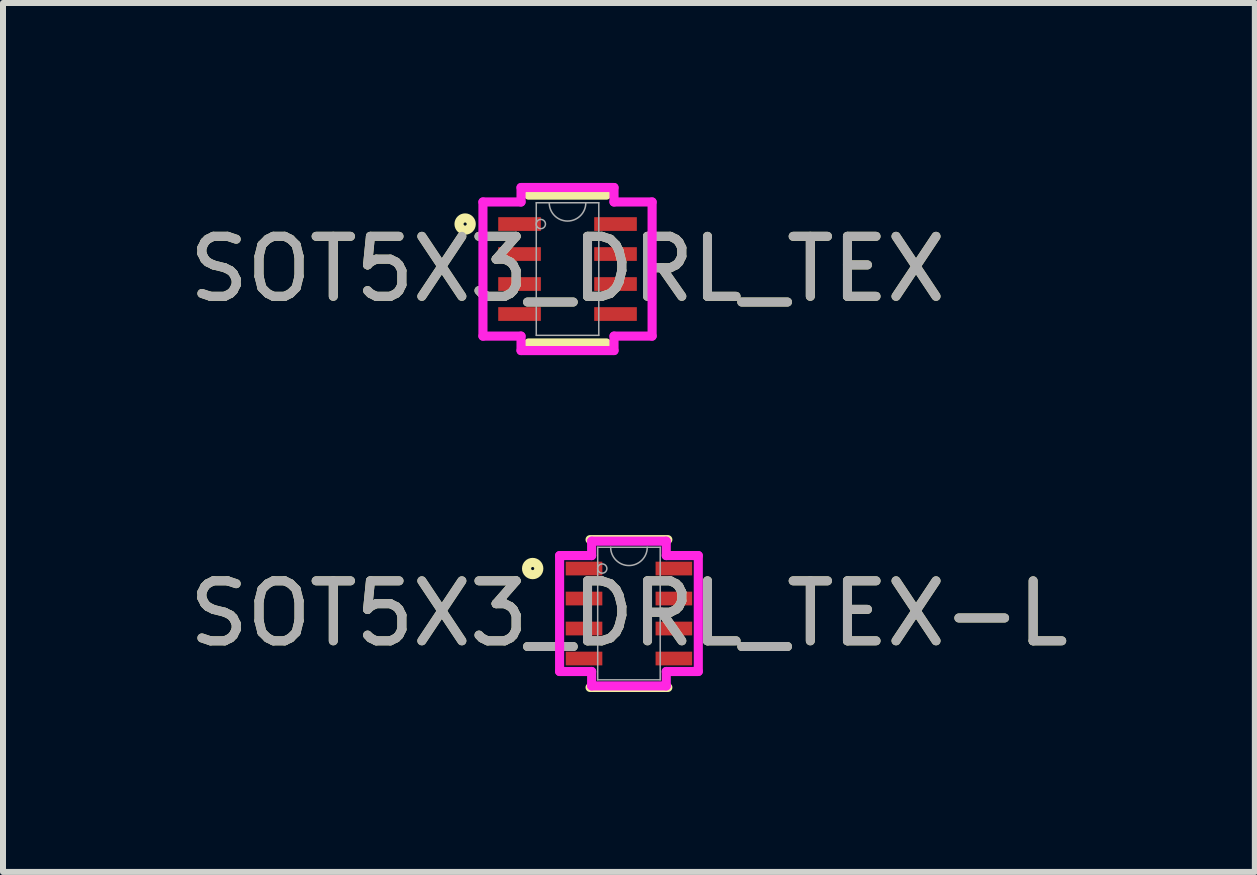
<source format=kicad_pcb>
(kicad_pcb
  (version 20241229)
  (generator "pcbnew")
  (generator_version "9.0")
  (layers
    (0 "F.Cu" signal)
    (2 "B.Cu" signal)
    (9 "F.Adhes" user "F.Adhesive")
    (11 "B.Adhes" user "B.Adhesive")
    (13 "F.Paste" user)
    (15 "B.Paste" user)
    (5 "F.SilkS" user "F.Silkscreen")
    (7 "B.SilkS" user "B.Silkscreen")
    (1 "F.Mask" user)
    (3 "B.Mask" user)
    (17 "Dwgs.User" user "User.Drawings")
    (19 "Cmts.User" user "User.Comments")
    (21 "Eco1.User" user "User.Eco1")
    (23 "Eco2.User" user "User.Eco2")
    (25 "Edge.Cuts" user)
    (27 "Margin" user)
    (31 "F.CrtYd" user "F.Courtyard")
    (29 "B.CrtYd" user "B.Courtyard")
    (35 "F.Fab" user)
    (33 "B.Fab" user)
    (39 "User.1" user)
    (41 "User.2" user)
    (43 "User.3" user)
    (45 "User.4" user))
  (footprint "SOT5X3_DRL_TEX-L"
    (layer "F.Cu")
    (at 7.435 7.178)
    (property "Reference" "SOT5X3_DRL_TEX-L" (at 0 0 0) (unlocked yes) (layer "F.SilkS") (effects (font (size 1 1) (thickness 0.15))))
    (attr smd)
    (fp_line (start -0.648 1.232) (end 0.648 1.232) (stroke (width 0.152) (type solid)) (layer "F.SilkS"))
    (fp_line (start 0.648 -1.232) (end -0.648 -1.232) (stroke (width 0.152) (type solid)) (layer "F.SilkS"))
    (fp_circle (center -1.605 -0.75) (end -1.503 -0.75) (stroke (width 0.152) (type solid)) (fill no) (layer "F.SilkS"))
    (fp_line (start -1.156 -0.966) (end -0.622 -0.966) (stroke (width 0.152) (type solid)) (layer "F.CrtYd"))
    (fp_line (start -1.156 0.966) (end -1.156 -0.966) (stroke (width 0.152) (type solid)) (layer "F.CrtYd"))
    (fp_line (start -1.156 0.966) (end -0.622 0.966) (stroke (width 0.152) (type solid)) (layer "F.CrtYd"))
    (fp_line (start -0.622 -1.206) (end 0.622 -1.206) (stroke (width 0.152) (type solid)) (layer "F.CrtYd"))
    (fp_line (start -0.622 -0.966) (end -0.622 -1.206) (stroke (width 0.152) (type solid)) (layer "F.CrtYd"))
    (fp_line (start -0.622 1.206) (end -0.622 0.966) (stroke (width 0.152) (type solid)) (layer "F.CrtYd"))
    (fp_line (start 0.622 -1.206) (end 0.622 -0.966) (stroke (width 0.152) (type solid)) (layer "F.CrtYd"))
    (fp_line (start 0.622 0.966) (end 0.622 1.206) (stroke (width 0.152) (type solid)) (layer "F.CrtYd"))
    (fp_line (start 0.622 1.206) (end -0.622 1.206) (stroke (width 0.152) (type solid)) (layer "F.CrtYd"))
    (fp_line (start 1.156 -0.966) (end 0.622 -0.966) (stroke (width 0.152) (type solid)) (layer "F.CrtYd"))
    (fp_line (start 1.156 -0.966) (end 1.156 0.966) (stroke (width 0.152) (type solid)) (layer "F.CrtYd"))
    (fp_line (start 1.156 0.966) (end 0.622 0.966) (stroke (width 0.152) (type solid)) (layer "F.CrtYd"))
    (fp_line (start -0.521 -1.105) (end -0.521 1.105) (stroke (width 0.025) (type solid)) (layer "F.Fab"))
    (fp_line (start -0.521 1.105) (end 0.521 1.105) (stroke (width 0.025) (type solid)) (layer "F.Fab"))
    (fp_line (start 0.521 -1.105) (end -0.521 -1.105) (stroke (width 0.025) (type solid)) (layer "F.Fab"))
    (fp_line (start 0.521 1.105) (end 0.521 -1.105) (stroke (width 0.025) (type solid)) (layer "F.Fab"))
    (fp_arc (start 0.3048 -1.1049) (mid 0 -0.8001) (end -0.3048 -1.1049) (stroke (width 0.0254) (type solid)) (layer "F.Fab"))
    (fp_circle (center -0.445 -0.75) (end -0.368 -0.75) (stroke (width 0.025) (type solid)) (fill no) (layer "F.Fab"))
    (fp_text user "${REFERENCE}" (at 0 0 0) (unlocked yes) (layer "F.Fab") (effects (font (size 1 1) (thickness 0.15))))
    (pad "1" smd rect (at -0.749 -0.75) (size 0.61 0.229) (layers "F.Cu" "F.Mask" "F.Paste"))
    (pad "2" smd rect (at -0.749 -0.25) (size 0.61 0.229) (layers "F.Cu" "F.Mask" "F.Paste"))
    (pad "3" smd rect (at -0.749 0.25) (size 0.61 0.229) (layers "F.Cu" "F.Mask" "F.Paste"))
    (pad "4" smd rect (at -0.749 0.75) (size 0.61 0.229) (layers "F.Cu" "F.Mask" "F.Paste"))
    (pad "5" smd rect (at 0.749 0.75) (size 0.61 0.229) (layers "F.Cu" "F.Mask" "F.Paste"))
    (pad "6" smd rect (at 0.749 0.25) (size 0.61 0.229) (layers "F.Cu" "F.Mask" "F.Paste"))
    (pad "7" smd rect (at 0.749 -0.25) (size 0.61 0.229) (layers "F.Cu" "F.Mask" "F.Paste"))
    (pad "8" smd rect (at 0.749 -0.75) (size 0.61 0.229) (layers "F.Cu" "F.Mask" "F.Paste")))
  (footprint "SOT5X3_DRL_TEX"
    (layer "F.Cu")
    (at 6.411 1.435)
    (property "Reference" "SOT5X3_DRL_TEX" (at 0 0 0) (unlocked yes) (layer "F.SilkS") (effects (font (size 1 1) (thickness 0.15))))
    (attr smd)
    (fp_line (start -0.648 1.232) (end 0.648 1.232) (stroke (width 0.152) (type solid)) (layer "F.SilkS"))
    (fp_line (start 0.648 -1.232) (end -0.648 -1.232) (stroke (width 0.152) (type solid)) (layer "F.SilkS"))
    (fp_circle (center -1.707 -0.75) (end -1.605 -0.75) (stroke (width 0.152) (type solid)) (fill no) (layer "F.SilkS"))
    (fp_line (start -1.41 -1.118) (end -0.775 -1.118) (stroke (width 0.152) (type solid)) (layer "F.CrtYd"))
    (fp_line (start -1.41 1.118) (end -1.41 -1.118) (stroke (width 0.152) (type solid)) (layer "F.CrtYd"))
    (fp_line (start -1.41 1.118) (end -0.775 1.118) (stroke (width 0.152) (type solid)) (layer "F.CrtYd"))
    (fp_line (start -0.775 -1.359) (end 0.775 -1.359) (stroke (width 0.152) (type solid)) (layer "F.CrtYd"))
    (fp_line (start -0.775 -1.118) (end -0.775 -1.359) (stroke (width 0.152) (type solid)) (layer "F.CrtYd"))
    (fp_line (start -0.775 1.359) (end -0.775 1.118) (stroke (width 0.152) (type solid)) (layer "F.CrtYd"))
    (fp_line (start 0.775 -1.359) (end 0.775 -1.118) (stroke (width 0.152) (type solid)) (layer "F.CrtYd"))
    (fp_line (start 0.775 1.118) (end 0.775 1.359) (stroke (width 0.152) (type solid)) (layer "F.CrtYd"))
    (fp_line (start 0.775 1.359) (end -0.775 1.359) (stroke (width 0.152) (type solid)) (layer "F.CrtYd"))
    (fp_line (start 1.41 -1.118) (end 0.775 -1.118) (stroke (width 0.152) (type solid)) (layer "F.CrtYd"))
    (fp_line (start 1.41 -1.118) (end 1.41 1.118) (stroke (width 0.152) (type solid)) (layer "F.CrtYd"))
    (fp_line (start 1.41 1.118) (end 0.775 1.118) (stroke (width 0.152) (type solid)) (layer "F.CrtYd"))
    (fp_line (start -0.521 -1.105) (end -0.521 1.105) (stroke (width 0.025) (type solid)) (layer "F.Fab"))
    (fp_line (start -0.521 1.105) (end 0.521 1.105) (stroke (width 0.025) (type solid)) (layer "F.Fab"))
    (fp_line (start 0.521 -1.105) (end -0.521 -1.105) (stroke (width 0.025) (type solid)) (layer "F.Fab"))
    (fp_line (start 0.521 1.105) (end 0.521 -1.105) (stroke (width 0.025) (type solid)) (layer "F.Fab"))
    (fp_arc (start 0.3048 -1.1049) (mid 0 -0.8001) (end -0.3048 -1.1049) (stroke (width 0.0254) (type solid)) (layer "F.Fab"))
    (fp_circle (center -0.445 -0.75) (end -0.368 -0.75) (stroke (width 0.025) (type solid)) (fill no) (layer "F.Fab"))
    (fp_text user "${REFERENCE}" (at 0 0 0) (unlocked yes) (layer "F.Fab") (effects (font (size 1 1) (thickness 0.15))))
    (pad "1" smd rect (at -0.8 -0.75) (size 0.711 0.229) (layers "F.Cu" "F.Mask" "F.Paste"))
    (pad "2" smd rect (at -0.8 -0.25) (size 0.711 0.229) (layers "F.Cu" "F.Mask" "F.Paste"))
    (pad "3" smd rect (at -0.8 0.25) (size 0.711 0.229) (layers "F.Cu" "F.Mask" "F.Paste"))
    (pad "4" smd rect (at -0.8 0.75) (size 0.711 0.229) (layers "F.Cu" "F.Mask" "F.Paste"))
    (pad "5" smd rect (at 0.8 0.75) (size 0.711 0.229) (layers "F.Cu" "F.Mask" "F.Paste"))
    (pad "6" smd rect (at 0.8 0.25) (size 0.711 0.229) (layers "F.Cu" "F.Mask" "F.Paste"))
    (pad "7" smd rect (at 0.8 -0.25) (size 0.711 0.229) (layers "F.Cu" "F.Mask" "F.Paste"))
    (pad "8" smd rect (at 0.8 -0.75) (size 0.711 0.229) (layers "F.Cu" "F.Mask" "F.Paste")))
  (gr_rect
    (start -3 -3)
    (end 17.869 11.486)
    (stroke (width 0.1) (type default))
    (fill no)
    (layer "Edge.Cuts")))
</source>
